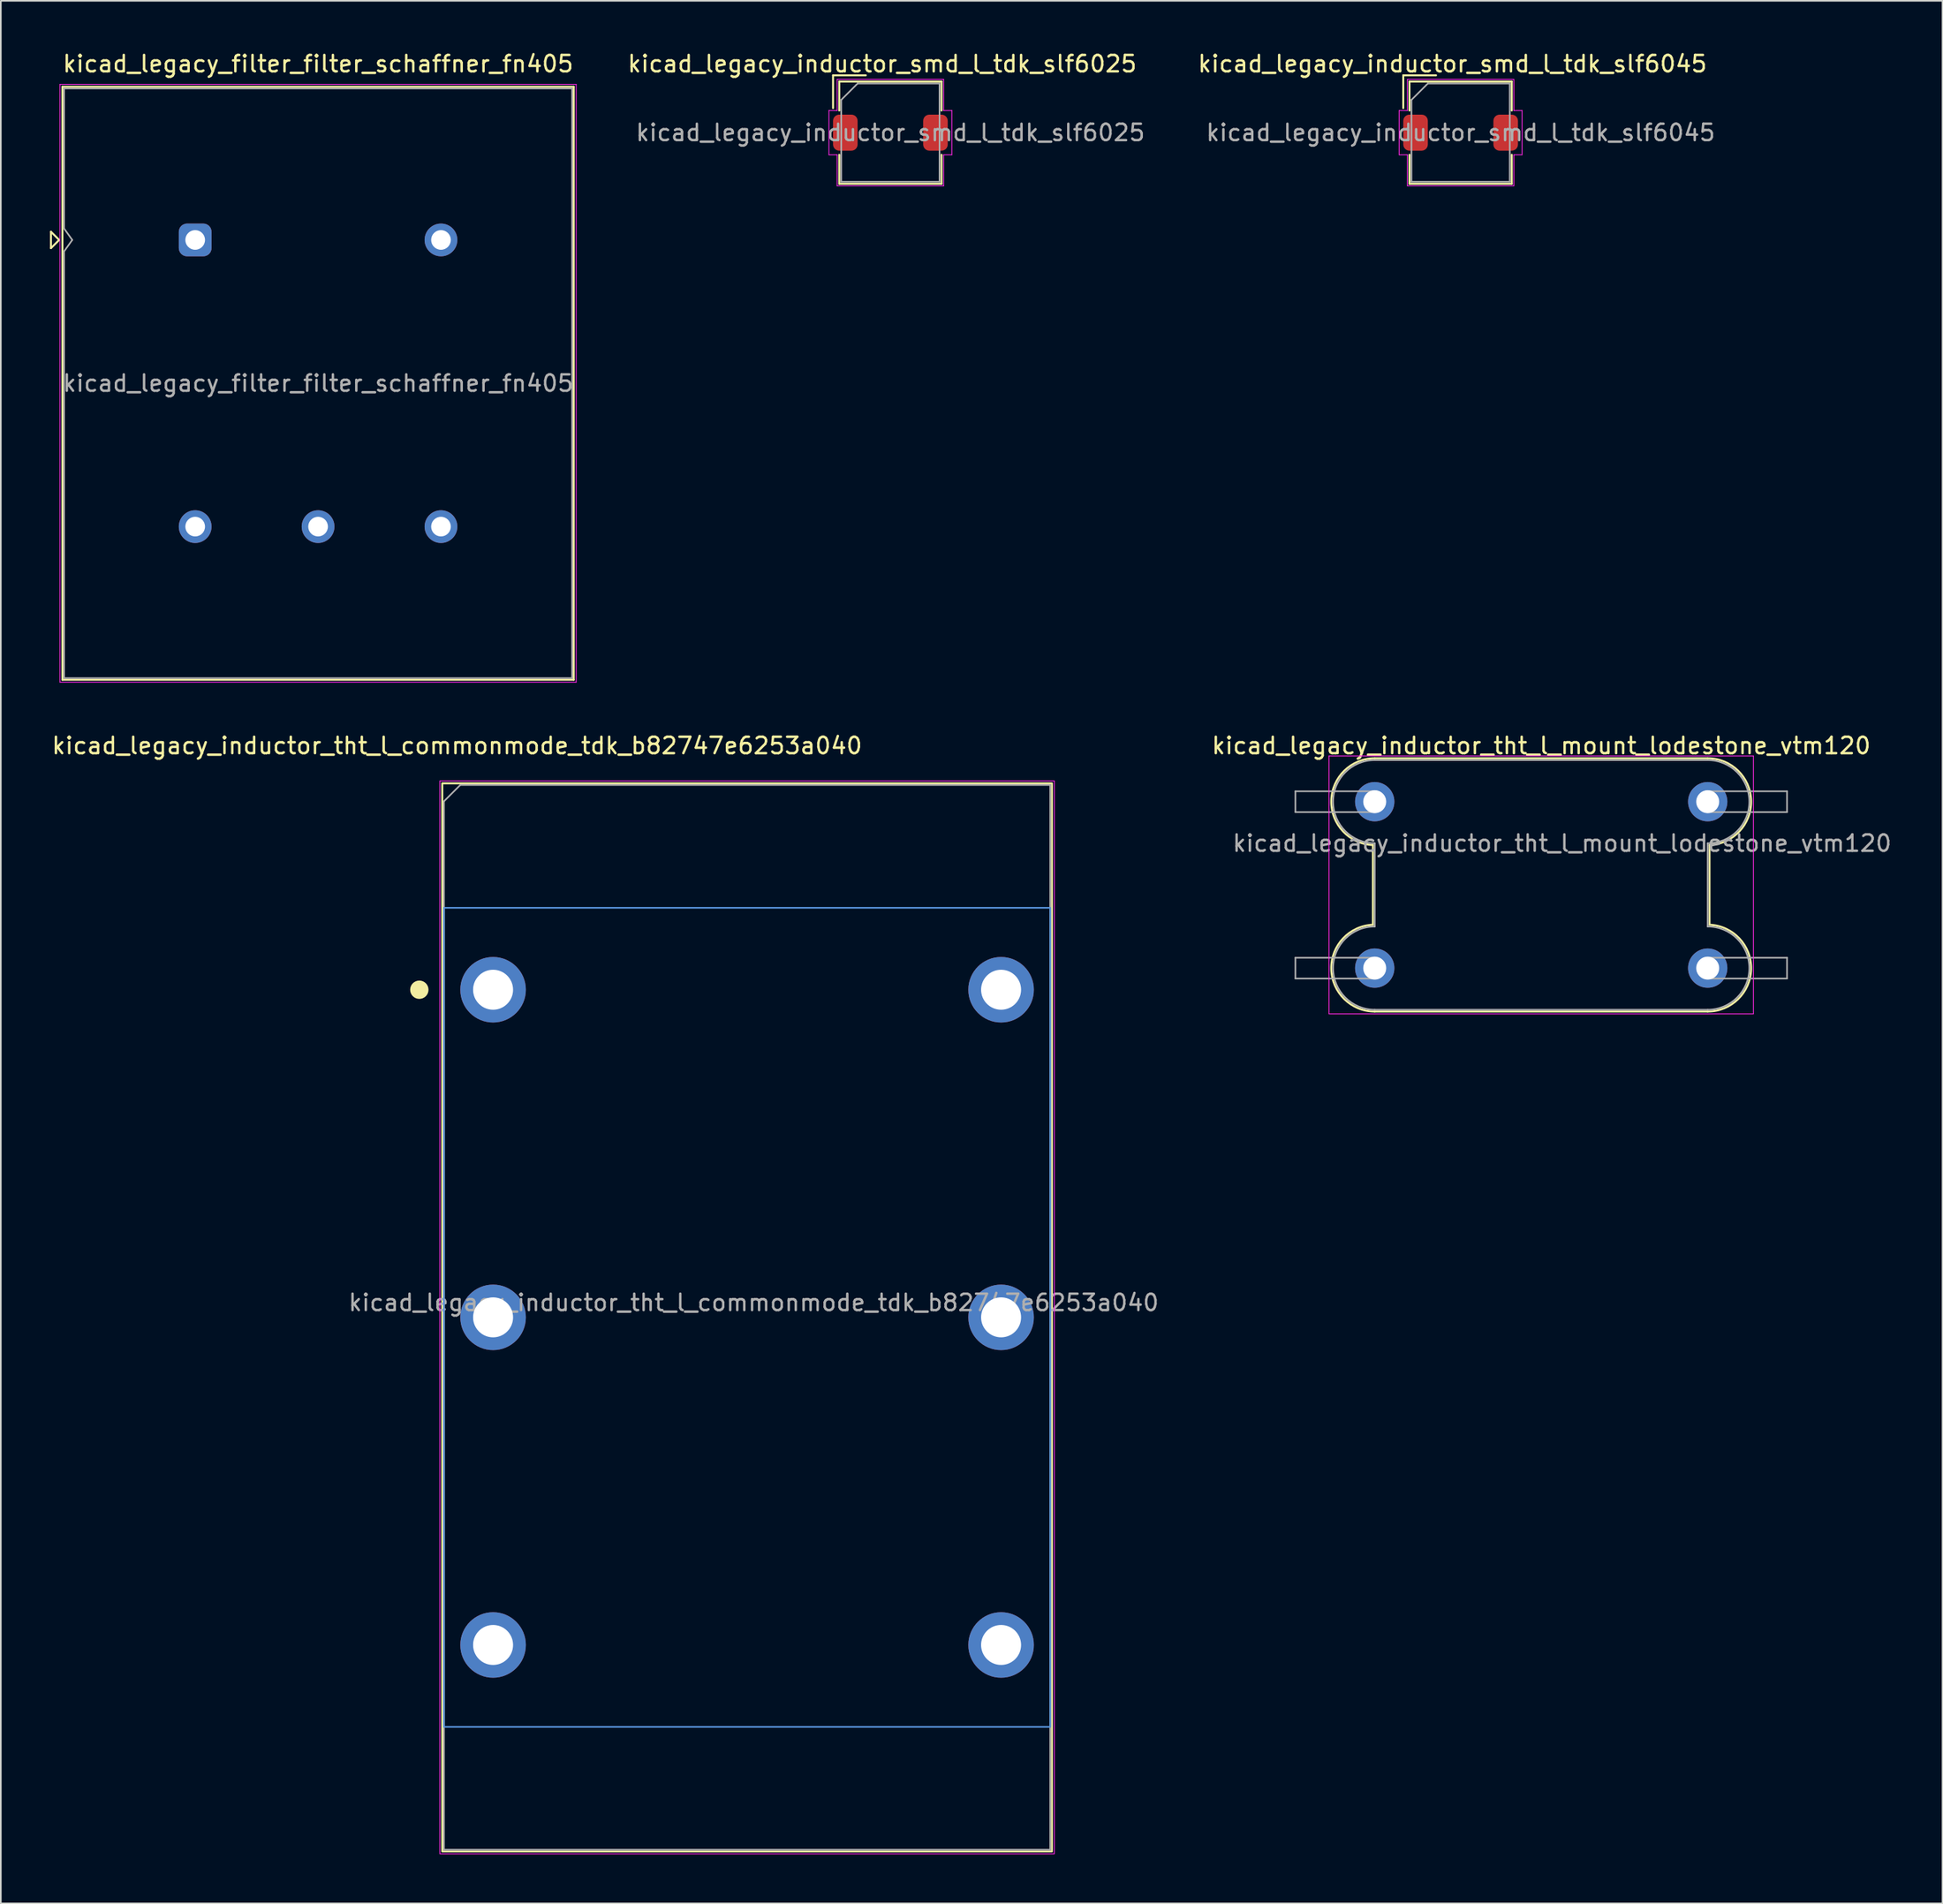
<source format=kicad_pcb>
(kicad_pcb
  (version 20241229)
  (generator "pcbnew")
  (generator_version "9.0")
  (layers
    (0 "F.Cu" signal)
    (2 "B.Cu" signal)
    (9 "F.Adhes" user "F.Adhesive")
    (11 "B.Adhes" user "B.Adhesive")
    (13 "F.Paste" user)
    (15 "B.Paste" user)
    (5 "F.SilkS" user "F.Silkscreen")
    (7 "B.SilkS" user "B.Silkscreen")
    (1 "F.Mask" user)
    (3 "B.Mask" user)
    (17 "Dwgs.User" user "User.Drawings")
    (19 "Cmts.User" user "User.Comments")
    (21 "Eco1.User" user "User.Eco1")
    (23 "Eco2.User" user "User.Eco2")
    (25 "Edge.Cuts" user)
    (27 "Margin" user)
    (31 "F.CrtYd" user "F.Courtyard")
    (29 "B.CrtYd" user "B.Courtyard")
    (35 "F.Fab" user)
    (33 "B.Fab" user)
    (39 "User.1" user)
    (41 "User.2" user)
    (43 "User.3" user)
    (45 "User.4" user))
  (footprint "kicad_legacy_inductor_smd_l_tdk_slf6045"
    (layer "F.Cu")
    (at 86.081 5.048)
    (property "Reference" "kicad_legacy_inductor_smd_l_tdk_slf6045" (at -0.5 -4.2 0) (layer "F.SilkS") (effects (font (size 1 1) (thickness 0.15))))
    (attr smd)
    (fp_line (start -3.5 -3.5) (end -1.5 -3.5) (stroke (width 0.12) (type solid)) (layer "F.SilkS"))
    (fp_line (start -3.5 -1.5) (end -3.5 -3.5) (stroke (width 0.12) (type solid)) (layer "F.SilkS"))
    (fp_line (start -3.12 -3.12) (end -3.12 -1.35) (stroke (width 0.12) (type solid)) (layer "F.SilkS"))
    (fp_line (start -3.12 -3.12) (end 3.12 -3.12) (stroke (width 0.12) (type solid)) (layer "F.SilkS"))
    (fp_line (start -3.12 1.35) (end -3.12 3.12) (stroke (width 0.12) (type solid)) (layer "F.SilkS"))
    (fp_line (start -3.12 3.12) (end 3.12 3.12) (stroke (width 0.12) (type solid)) (layer "F.SilkS"))
    (fp_line (start 3.12 -3.12) (end 3.12 -1.35) (stroke (width 0.12) (type solid)) (layer "F.SilkS"))
    (fp_line (start 3.12 1.35) (end 3.12 3.12) (stroke (width 0.12) (type solid)) (layer "F.SilkS"))
    (fp_line (start -3.75 -1.35) (end -3.75 1.35) (stroke (width 0.05) (type solid)) (layer "F.CrtYd"))
    (fp_line (start -3.75 1.35) (end -3.25 1.35) (stroke (width 0.05) (type solid)) (layer "F.CrtYd"))
    (fp_line (start -3.25 -3.25) (end -3.25 -1.35) (stroke (width 0.05) (type solid)) (layer "F.CrtYd"))
    (fp_line (start -3.25 -3.25) (end 3.25 -3.25) (stroke (width 0.05) (type solid)) (layer "F.CrtYd"))
    (fp_line (start -3.25 -1.35) (end -3.75 -1.35) (stroke (width 0.05) (type solid)) (layer "F.CrtYd"))
    (fp_line (start -3.25 1.35) (end -3.25 3.25) (stroke (width 0.05) (type solid)) (layer "F.CrtYd"))
    (fp_line (start -3.25 3.25) (end 3.25 3.25) (stroke (width 0.05) (type solid)) (layer "F.CrtYd"))
    (fp_line (start 3.25 -3.25) (end 3.25 -1.35) (stroke (width 0.05) (type solid)) (layer "F.CrtYd"))
    (fp_line (start 3.25 -1.35) (end 3.75 -1.35) (stroke (width 0.05) (type solid)) (layer "F.CrtYd"))
    (fp_line (start 3.25 1.35) (end 3.25 3.25) (stroke (width 0.05) (type solid)) (layer "F.CrtYd"))
    (fp_line (start 3.75 -1.35) (end 3.75 1.35) (stroke (width 0.05) (type solid)) (layer "F.CrtYd"))
    (fp_line (start 3.75 1.35) (end 3.25 1.35) (stroke (width 0.05) (type solid)) (layer "F.CrtYd"))
    (fp_line (start -3 -2) (end -2 -3) (stroke (width 0.1) (type solid)) (layer "F.Fab"))
    (fp_line (start -3 3) (end -3 -2) (stroke (width 0.1) (type solid)) (layer "F.Fab"))
    (fp_line (start -2 -3) (end 3 -3) (stroke (width 0.1) (type solid)) (layer "F.Fab"))
    (fp_line (start 3 -3) (end 3 3) (stroke (width 0.1) (type solid)) (layer "F.Fab"))
    (fp_line (start 3 3) (end -3 3) (stroke (width 0.1) (type solid)) (layer "F.Fab"))
    (fp_text user "${REFERENCE}" (at 0 0 0) (layer "F.Fab") (effects (font (size 1 1) (thickness 0.15))))
    (pad "1" smd roundrect (at -2.75 0) (size 1.5 2.2) (layers "F.Cu" "F.Mask" "F.Paste") (roundrect_rratio 0.25))
    (pad "2" smd roundrect (at 2.75 0) (size 1.5 2.2) (layers "F.Cu" "F.Mask" "F.Paste") (roundrect_rratio 0.25)))
  (footprint "kicad_legacy_filter_filter_schaffner_fn405"
    (layer "F.Cu")
    (at 8.86 11.598)
    (property "Reference" "kicad_legacy_filter_filter_schaffner_fn405" (at 7.5 -10.75 0) (layer "F.SilkS") (effects (font (size 1 1) (thickness 0.15))))
    (attr through_hole)
    (fp_line (start -8.8 -0.5) (end -8.3 0) (stroke (width 0.12) (type solid)) (layer "F.SilkS"))
    (fp_line (start -8.8 0.5) (end -8.8 -0.5) (stroke (width 0.12) (type solid)) (layer "F.SilkS"))
    (fp_line (start -8.3 0) (end -8.8 0.5) (stroke (width 0.12) (type solid)) (layer "F.SilkS"))
    (fp_line (start -8.1 -9.35) (end 23.1 -9.35) (stroke (width 0.12) (type solid)) (layer "F.SilkS"))
    (fp_line (start -8.1 26.85) (end -8.1 -9.35) (stroke (width 0.12) (type solid)) (layer "F.SilkS"))
    (fp_line (start 23.1 -9.35) (end 23.1 26.85) (stroke (width 0.12) (type solid)) (layer "F.SilkS"))
    (fp_line (start 23.1 26.85) (end -8.1 26.85) (stroke (width 0.12) (type solid)) (layer "F.SilkS"))
    (fp_line (start -8.25 -9.5) (end 23.25 -9.5) (stroke (width 0.05) (type solid)) (layer "F.CrtYd"))
    (fp_line (start -8.25 27) (end -8.25 -9.5) (stroke (width 0.05) (type solid)) (layer "F.CrtYd"))
    (fp_line (start 23.25 -9.5) (end 23.25 27) (stroke (width 0.05) (type solid)) (layer "F.CrtYd"))
    (fp_line (start 23.25 27) (end -8.25 27) (stroke (width 0.05) (type solid)) (layer "F.CrtYd"))
    (fp_line (start -8 -9.25) (end 23 -9.25) (stroke (width 0.1) (type solid)) (layer "F.Fab"))
    (fp_line (start -8 -0.7) (end -8 -9.25) (stroke (width 0.1) (type solid)) (layer "F.Fab"))
    (fp_line (start -8 0.7) (end -7.5 0) (stroke (width 0.1) (type solid)) (layer "F.Fab"))
    (fp_line (start -8 26.75) (end -8 0.7) (stroke (width 0.1) (type solid)) (layer "F.Fab"))
    (fp_line (start -7.5 0) (end -8 -0.7) (stroke (width 0.1) (type solid)) (layer "F.Fab"))
    (fp_line (start 23 -9.25) (end 23 26.75) (stroke (width 0.1) (type solid)) (layer "F.Fab"))
    (fp_line (start 23 26.75) (end -8 26.75) (stroke (width 0.1) (type solid)) (layer "F.Fab"))
    (fp_text user "${REFERENCE}" (at 7.5 8.75 0) (layer "F.Fab") (effects (font (size 1 1) (thickness 0.15))))
    (pad "1" thru_hole roundrect (at 0 0) (size 2 2) (drill 1.2) (layers "*.Cu" "*.Mask") (roundrect_rratio 0.25))
    (pad "2" thru_hole circle (at 0 17.5) (size 2 2) (drill 1.2) (layers "*.Cu" "*.Mask"))
    (pad "3" thru_hole circle (at 7.5 17.5) (size 2 2) (drill 1.2) (layers "*.Cu" "*.Mask"))
    (pad "4" thru_hole circle (at 15 17.5) (size 2 2) (drill 1.2) (layers "*.Cu" "*.Mask"))
    (pad "5" thru_hole circle (at 15 0) (size 2 2) (drill 1.2) (layers "*.Cu" "*.Mask")))
  (footprint "kicad_legacy_inductor_smd_l_tdk_slf6025"
    (layer "F.Cu")
    (at 51.284 5.048)
    (property "Reference" "kicad_legacy_inductor_smd_l_tdk_slf6025" (at -0.5 -4.2 0) (layer "F.SilkS") (effects (font (size 1 1) (thickness 0.15))))
    (attr smd)
    (fp_line (start -3.5 -3.5) (end -1.5 -3.5) (stroke (width 0.12) (type solid)) (layer "F.SilkS"))
    (fp_line (start -3.5 -1.5) (end -3.5 -3.5) (stroke (width 0.12) (type solid)) (layer "F.SilkS"))
    (fp_line (start -3.12 -3.12) (end -3.12 -1.35) (stroke (width 0.12) (type solid)) (layer "F.SilkS"))
    (fp_line (start -3.12 -3.12) (end 3.12 -3.12) (stroke (width 0.12) (type solid)) (layer "F.SilkS"))
    (fp_line (start -3.12 1.35) (end -3.12 3.12) (stroke (width 0.12) (type solid)) (layer "F.SilkS"))
    (fp_line (start -3.12 3.12) (end 3.12 3.12) (stroke (width 0.12) (type solid)) (layer "F.SilkS"))
    (fp_line (start 3.12 -3.12) (end 3.12 -1.35) (stroke (width 0.12) (type solid)) (layer "F.SilkS"))
    (fp_line (start 3.12 1.35) (end 3.12 3.12) (stroke (width 0.12) (type solid)) (layer "F.SilkS"))
    (fp_line (start -3.75 -1.35) (end -3.75 1.35) (stroke (width 0.05) (type solid)) (layer "F.CrtYd"))
    (fp_line (start -3.75 1.35) (end -3.25 1.35) (stroke (width 0.05) (type solid)) (layer "F.CrtYd"))
    (fp_line (start -3.25 -3.25) (end -3.25 -1.35) (stroke (width 0.05) (type solid)) (layer "F.CrtYd"))
    (fp_line (start -3.25 -3.25) (end 3.25 -3.25) (stroke (width 0.05) (type solid)) (layer "F.CrtYd"))
    (fp_line (start -3.25 -1.35) (end -3.75 -1.35) (stroke (width 0.05) (type solid)) (layer "F.CrtYd"))
    (fp_line (start -3.25 1.35) (end -3.25 3.25) (stroke (width 0.05) (type solid)) (layer "F.CrtYd"))
    (fp_line (start -3.25 3.25) (end 3.25 3.25) (stroke (width 0.05) (type solid)) (layer "F.CrtYd"))
    (fp_line (start 3.25 -3.25) (end 3.25 -1.35) (stroke (width 0.05) (type solid)) (layer "F.CrtYd"))
    (fp_line (start 3.25 -1.35) (end 3.75 -1.35) (stroke (width 0.05) (type solid)) (layer "F.CrtYd"))
    (fp_line (start 3.25 1.35) (end 3.25 3.25) (stroke (width 0.05) (type solid)) (layer "F.CrtYd"))
    (fp_line (start 3.75 -1.35) (end 3.75 1.35) (stroke (width 0.05) (type solid)) (layer "F.CrtYd"))
    (fp_line (start 3.75 1.35) (end 3.25 1.35) (stroke (width 0.05) (type solid)) (layer "F.CrtYd"))
    (fp_line (start -3 -2) (end -2 -3) (stroke (width 0.1) (type solid)) (layer "F.Fab"))
    (fp_line (start -3 3) (end -3 -2) (stroke (width 0.1) (type solid)) (layer "F.Fab"))
    (fp_line (start -2 -3) (end 3 -3) (stroke (width 0.1) (type solid)) (layer "F.Fab"))
    (fp_line (start 3 -3) (end 3 3) (stroke (width 0.1) (type solid)) (layer "F.Fab"))
    (fp_line (start 3 3) (end -3 3) (stroke (width 0.1) (type solid)) (layer "F.Fab"))
    (fp_text user "${REFERENCE}" (at 0 0 0) (layer "F.Fab") (effects (font (size 1 1) (thickness 0.15))))
    (pad "1" smd roundrect (at -2.75 0) (size 1.5 2.2) (layers "F.Cu" "F.Mask" "F.Paste") (roundrect_rratio 0.25))
    (pad "2" smd roundrect (at 2.75 0) (size 1.5 2.2) (layers "F.Cu" "F.Mask" "F.Paste") (roundrect_rratio 0.25)))
  (footprint "kicad_legacy_inductor_tht_l_commonmode_tdk_b82747e6253a040"
    (layer "F.Cu")
    (at 27.039 57.371)
    (property "Reference" "kicad_legacy_inductor_tht_l_commonmode_tdk_b82747e6253a040" (at -2.2 -14.9 0) (unlocked yes) (layer "F.SilkS") (effects (font (size 1 1) (thickness 0.15))))
    (attr through_hole)
    (fp_rect (start -3.1 52.6) (end 34.1 -12.6) (stroke (width 0.12) (type default)) (fill no) (layer "F.SilkS"))
    (fp_circle (center -4.5 0) (end -4.5 -0.5) (stroke (width 0.12) (type solid)) (fill yes) (layer "F.SilkS"))
    (fp_rect (start -3 45) (end 34 -5) (stroke (width 0.1) (type default)) (fill no) (layer "Cmts.User"))
    (fp_rect (start -3.25 52.75) (end 34.25 -12.75) (stroke (width 0.05) (type default)) (fill no) (layer "F.CrtYd"))
    (fp_line (start -3 -11.5) (end -3 52.5) (stroke (width 0.1) (type default)) (layer "F.Fab"))
    (fp_line (start -3 -11.5) (end -2 -12.5) (stroke (width 0.1) (type default)) (layer "F.Fab"))
    (fp_line (start -3 52.5) (end 34 52.5) (stroke (width 0.1) (type default)) (layer "F.Fab"))
    (fp_line (start 34 -12.5) (end -2 -12.5) (stroke (width 0.1) (type default)) (layer "F.Fab"))
    (fp_line (start 34 -12.5) (end 34 52.5) (stroke (width 0.1) (type default)) (layer "F.Fab"))
    (fp_text user "${REFERENCE}" (at 15.9 19.1 0) (unlocked yes) (layer "F.Fab") (effects (font (size 1 1) (thickness 0.15))))
    (pad "1" thru_hole circle (at 0 0 90) (size 4 4) (drill 2.44) (layers "*.Cu" "*.Mask"))
    (pad "2" thru_hole circle (at 0 20 90) (size 4 4) (drill 2.44) (layers "*.Cu" "*.Mask"))
    (pad "3" thru_hole circle (at 0 40 90) (size 4 4) (drill 2.44) (layers "*.Cu" "*.Mask"))
    (pad "4" thru_hole circle (at 31 40 90) (size 4 4) (drill 2.44) (layers "*.Cu" "*.Mask"))
    (pad "5" thru_hole circle (at 31 20 90) (size 4 4) (drill 2.44) (layers "*.Cu" "*.Mask"))
    (pad "6" thru_hole circle (at 31 0 90) (size 4 4) (drill 2.44) (layers "*.Cu" "*.Mask")))
  (footprint "kicad_legacy_inductor_tht_l_mount_lodestone_vtm120"
    (layer "F.Cu")
    (at 80.839 56.051)
    (property "Reference" "kicad_legacy_inductor_tht_l_mount_lodestone_vtm120" (at 10.16 -13.58 0) (layer "F.SilkS") (effects (font (size 1 1) (thickness 0.15))))
    (attr through_hole)
    (fp_line (start -0.11 -2.65) (end -0.11 -7.51) (stroke (width 0.12) (type solid)) (layer "F.SilkS"))
    (fp_line (start 0 -12.81) (end 20.32 -12.81) (stroke (width 0.12) (type solid)) (layer "F.SilkS"))
    (fp_line (start 0 2.65) (end 20.32 2.65) (stroke (width 0.12) (type solid)) (layer "F.SilkS"))
    (fp_line (start 20.43 -2.65) (end 20.43 -7.51) (stroke (width 0.12) (type solid)) (layer "F.SilkS"))
    (fp_arc (start -0.11097 -7.512325) (mid -2.649418 -10.215497) (end 0 -12.81) (stroke (width 0.12) (type solid)) (layer "F.SilkS"))
    (fp_arc (start 0 2.65) (mid -2.649419 0.055497) (end -0.11097 -2.647675) (stroke (width 0.12) (type solid)) (layer "F.SilkS"))
    (fp_arc (start 20.32 -12.81) (mid 22.969419 -10.215497) (end 20.43097 -7.512325) (stroke (width 0.12) (type solid)) (layer "F.SilkS"))
    (fp_arc (start 20.43097 -2.647675) (mid 22.969418 0.055497) (end 20.32 2.65) (stroke (width 0.12) (type solid)) (layer "F.SilkS"))
    (fp_line (start -2.79 -12.95) (end 23.11 -12.95) (stroke (width 0.05) (type solid)) (layer "F.CrtYd"))
    (fp_line (start -2.79 2.79) (end -2.79 -12.95) (stroke (width 0.05) (type solid)) (layer "F.CrtYd"))
    (fp_line (start -2.79 2.79) (end 23.11 2.79) (stroke (width 0.05) (type solid)) (layer "F.CrtYd"))
    (fp_line (start 23.11 2.79) (end 23.11 -12.95) (stroke (width 0.05) (type solid)) (layer "F.CrtYd"))
    (fp_line (start -4.84 -10.795) (end 0 -10.795) (stroke (width 0.1) (type solid)) (layer "F.Fab"))
    (fp_line (start -4.84 -9.525) (end -4.84 -10.795) (stroke (width 0.1) (type solid)) (layer "F.Fab"))
    (fp_line (start -4.84 -0.635) (end 0 -0.635) (stroke (width 0.1) (type solid)) (layer "F.Fab"))
    (fp_line (start -4.84 0.635) (end -4.84 -0.635) (stroke (width 0.1) (type solid)) (layer "F.Fab"))
    (fp_line (start 0 -12.7) (end 20.32 -12.7) (stroke (width 0.1) (type solid)) (layer "F.Fab"))
    (fp_line (start 0 -9.525) (end -4.84 -9.525) (stroke (width 0.1) (type solid)) (layer "F.Fab"))
    (fp_line (start 0 -2.54) (end 0 -7.62) (stroke (width 0.1) (type solid)) (layer "F.Fab"))
    (fp_line (start 0 0.635) (end -4.84 0.635) (stroke (width 0.1) (type solid)) (layer "F.Fab"))
    (fp_line (start 0 2.54) (end 20.32 2.54) (stroke (width 0.1) (type solid)) (layer "F.Fab"))
    (fp_line (start 20.32 -10.795) (end 25.16 -10.795) (stroke (width 0.1) (type solid)) (layer "F.Fab"))
    (fp_line (start 20.32 -2.54) (end 20.32 -7.62) (stroke (width 0.1) (type solid)) (layer "F.Fab"))
    (fp_line (start 20.32 -0.635) (end 25.16 -0.635) (stroke (width 0.1) (type solid)) (layer "F.Fab"))
    (fp_line (start 25.16 -10.795) (end 25.16 -9.525) (stroke (width 0.1) (type solid)) (layer "F.Fab"))
    (fp_line (start 25.16 -9.525) (end 20.32 -9.525) (stroke (width 0.1) (type solid)) (layer "F.Fab"))
    (fp_line (start 25.16 -0.635) (end 25.16 0.635) (stroke (width 0.1) (type solid)) (layer "F.Fab"))
    (fp_line (start 25.16 0.635) (end 20.32 0.635) (stroke (width 0.1) (type solid)) (layer "F.Fab"))
    (fp_arc (start 0 -10.795) (mid 0.635 -10.16) (end 0 -9.525) (stroke (width 0.1) (type solid)) (layer "F.Fab"))
    (fp_arc (start 0 -7.62) (mid -2.54 -10.16) (end 0 -12.7) (stroke (width 0.1) (type solid)) (layer "F.Fab"))
    (fp_arc (start 0 -0.635) (mid 0.635 0) (end 0 0.635) (stroke (width 0.1) (type solid)) (layer "F.Fab"))
    (fp_arc (start 0 2.54) (mid -2.54 0) (end 0 -2.54) (stroke (width 0.1) (type solid)) (layer "F.Fab"))
    (fp_arc (start 20.32 -12.7) (mid 22.86 -10.16) (end 20.32 -7.62) (stroke (width 0.1) (type solid)) (layer "F.Fab"))
    (fp_arc (start 20.32 -9.525) (mid 19.685 -10.16) (end 20.32 -10.795) (stroke (width 0.1) (type solid)) (layer "F.Fab"))
    (fp_arc (start 20.32 -2.54) (mid 22.86 0) (end 20.32 2.54) (stroke (width 0.1) (type solid)) (layer "F.Fab"))
    (fp_arc (start 20.32 0.635) (mid 19.685 0) (end 20.32 -0.635) (stroke (width 0.1) (type solid)) (layer "F.Fab"))
    (fp_text user "${REFERENCE}" (at 11.43 -7.62 0) (layer "F.Fab") (effects (font (size 1 1) (thickness 0.15))))
    (pad "1" thru_hole circle (at 0 0) (size 2.4 2.4) (drill 1.4) (layers "*.Cu" "*.Mask"))
    (pad "2" thru_hole circle (at 20.32 -10.16) (size 2.4 2.4) (drill 1.4) (layers "*.Cu" "*.Mask"))
    (pad "3" thru_hole circle (at 0 -10.16) (size 2.4 2.4) (drill 1.4) (layers "*.Cu" "*.Mask"))
    (pad "4" thru_hole circle (at 20.32 0) (size 2.4 2.4) (drill 1.4) (layers "*.Cu" "*.Mask")))
  (gr_rect
    (start -3 -3)
    (end 115.489 113.147)
    (stroke (width 0.1) (type default))
    (fill no)
    (layer "Edge.Cuts")))
</source>
